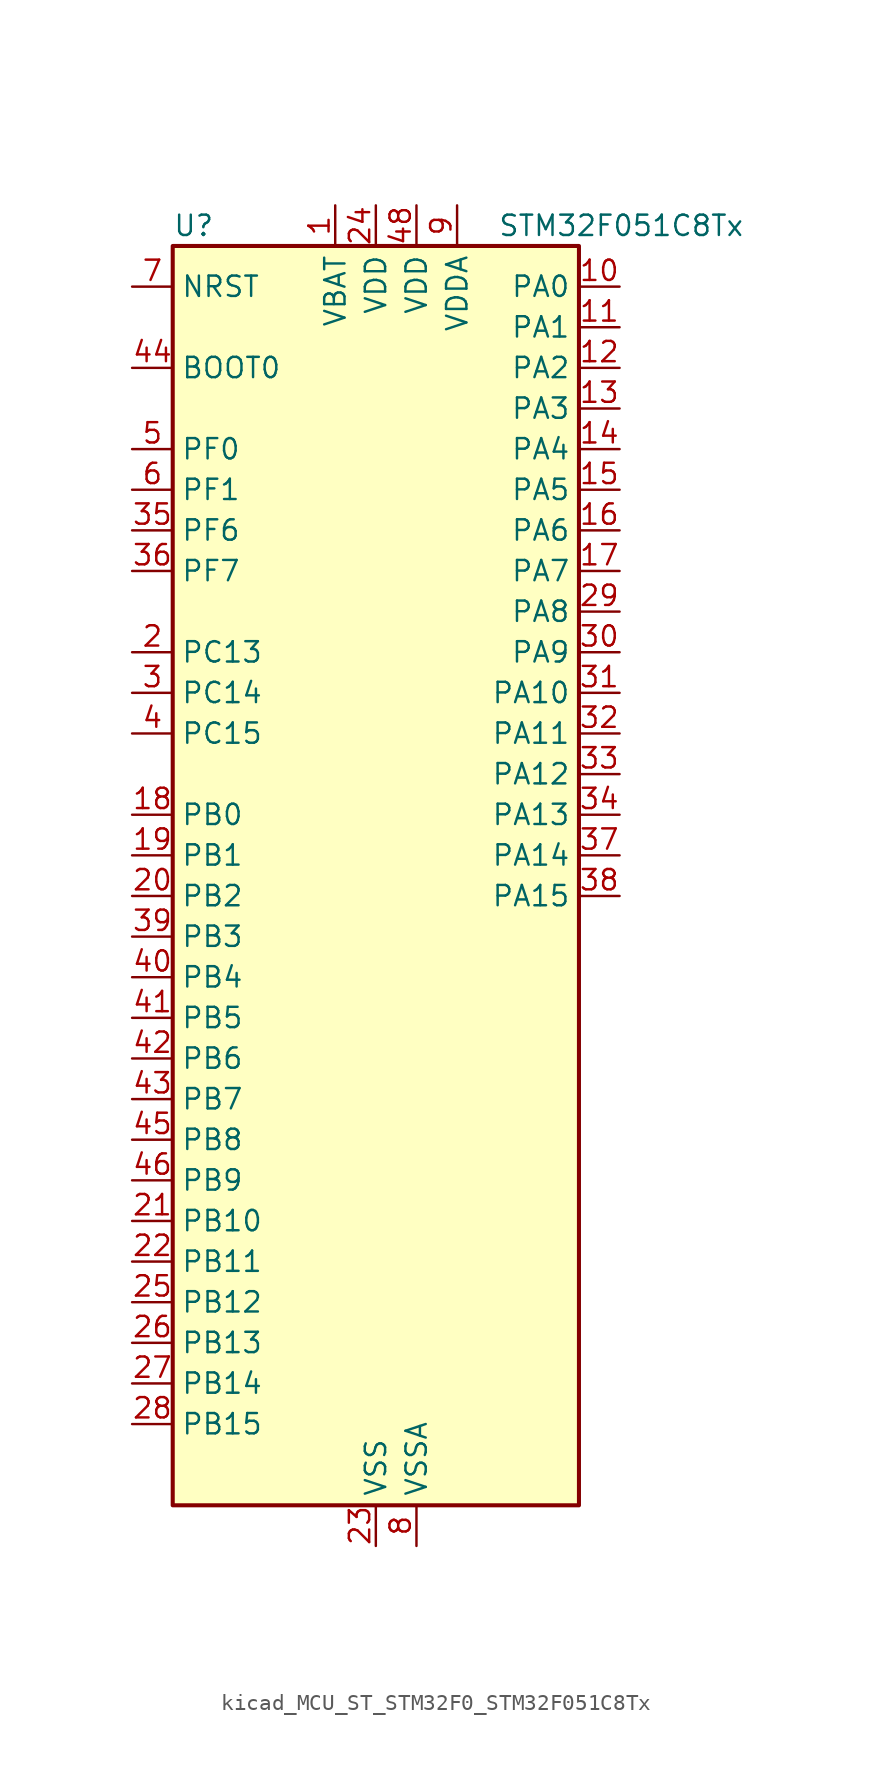
<source format=kicad_sym>
(kicad_symbol_lib
  (version 20220914)
  (generator kicad_symbol_editor)
  (symbol "kicad_MCU_ST_STM32F0_STM32F051C8Tx"
    (property "Reference" "U"
      (at -12.7 41.91 0)
      (effects (font (size 1.27 1.27)) (justify left)))
    (property "Value" "STM32F051C8Tx"
      (at 7.62 41.91 0)
      (effects (font (size 1.27 1.27)) (justify left)))
    (property "ki_locked" ""
      (at 0 0 0)
      (effects (font (size 1.27 1.27))))
    (symbol "kicad_MCU_ST_STM32F0_STM32F051C8Tx_0_1"
      (rectangle (start -12.7 -38.1) (end 12.7 40.64) (stroke (width 0.254) (type default)) (fill (type background))))
    (symbol "kicad_MCU_ST_STM32F0_STM32F051C8Tx_1_1"
      (pin power_in line (at -2.54 43.18 270) (length 2.54) (name "VBAT" (effects (font (size 1.27 1.27)))) (number "1" (effects (font (size 1.27 1.27)))))
      (pin bidirectional line (at 15.24 38.1 180) (length 2.54) (name "PA0" (effects (font (size 1.27 1.27)))) (number "10" (effects (font (size 1.27 1.27)))) (alternate "ADC_IN0" bidirectional line) (alternate "COMP1_INM" bidirectional line) (alternate "COMP1_OUT" bidirectional line) (alternate "RTC_TAMP2" bidirectional line) (alternate "SYS_WKUP1" bidirectional line) (alternate "TIM2_CH1" bidirectional line) (alternate "TIM2_ETR" bidirectional line) (alternate "TSC_G1_IO1" bidirectional line) (alternate "USART2_CTS" bidirectional line))
      (pin bidirectional line (at 15.24 35.56 180) (length 2.54) (name "PA1" (effects (font (size 1.27 1.27)))) (number "11" (effects (font (size 1.27 1.27)))) (alternate "ADC_IN1" bidirectional line) (alternate "COMP1_INP" bidirectional line) (alternate "TIM2_CH2" bidirectional line) (alternate "TSC_G1_IO2" bidirectional line) (alternate "USART2_DE" bidirectional line) (alternate "USART2_RTS" bidirectional line))
      (pin bidirectional line (at 15.24 33.02 180) (length 2.54) (name "PA2" (effects (font (size 1.27 1.27)))) (number "12" (effects (font (size 1.27 1.27)))) (alternate "ADC_IN2" bidirectional line) (alternate "COMP2_INM" bidirectional line) (alternate "COMP2_OUT" bidirectional line) (alternate "TIM15_CH1" bidirectional line) (alternate "TIM2_CH3" bidirectional line) (alternate "TSC_G1_IO3" bidirectional line) (alternate "USART2_TX" bidirectional line))
      (pin bidirectional line (at 15.24 30.48 180) (length 2.54) (name "PA3" (effects (font (size 1.27 1.27)))) (number "13" (effects (font (size 1.27 1.27)))) (alternate "ADC_IN3" bidirectional line) (alternate "COMP2_INP" bidirectional line) (alternate "TIM15_CH2" bidirectional line) (alternate "TIM2_CH4" bidirectional line) (alternate "TSC_G1_IO4" bidirectional line) (alternate "USART2_RX" bidirectional line))
      (pin bidirectional line (at 15.24 27.94 180) (length 2.54) (name "PA4" (effects (font (size 1.27 1.27)))) (number "14" (effects (font (size 1.27 1.27)))) (alternate "ADC_IN4" bidirectional line) (alternate "COMP1_INM" bidirectional line) (alternate "COMP2_INM" bidirectional line) (alternate "DAC1_OUT1" bidirectional line) (alternate "I2S1_WS" bidirectional line) (alternate "SPI1_NSS" bidirectional line) (alternate "TIM14_CH1" bidirectional line) (alternate "TSC_G2_IO1" bidirectional line) (alternate "USART2_CK" bidirectional line))
      (pin bidirectional line (at 15.24 25.4 180) (length 2.54) (name "PA5" (effects (font (size 1.27 1.27)))) (number "15" (effects (font (size 1.27 1.27)))) (alternate "ADC_IN5" bidirectional line) (alternate "CEC" bidirectional line) (alternate "COMP1_INM" bidirectional line) (alternate "COMP2_INM" bidirectional line) (alternate "I2S1_CK" bidirectional line) (alternate "SPI1_SCK" bidirectional line) (alternate "TIM2_CH1" bidirectional line) (alternate "TIM2_ETR" bidirectional line) (alternate "TSC_G2_IO2" bidirectional line))
      (pin bidirectional line (at 15.24 22.86 180) (length 2.54) (name "PA6" (effects (font (size 1.27 1.27)))) (number "16" (effects (font (size 1.27 1.27)))) (alternate "ADC_IN6" bidirectional line) (alternate "COMP1_OUT" bidirectional line) (alternate "I2S1_MCK" bidirectional line) (alternate "SPI1_MISO" bidirectional line) (alternate "TIM16_CH1" bidirectional line) (alternate "TIM1_BKIN" bidirectional line) (alternate "TIM3_CH1" bidirectional line) (alternate "TSC_G2_IO3" bidirectional line))
      (pin bidirectional line (at 15.24 20.32 180) (length 2.54) (name "PA7" (effects (font (size 1.27 1.27)))) (number "17" (effects (font (size 1.27 1.27)))) (alternate "ADC_IN7" bidirectional line) (alternate "COMP2_OUT" bidirectional line) (alternate "I2S1_SD" bidirectional line) (alternate "SPI1_MOSI" bidirectional line) (alternate "TIM14_CH1" bidirectional line) (alternate "TIM17_CH1" bidirectional line) (alternate "TIM1_CH1N" bidirectional line) (alternate "TIM3_CH2" bidirectional line) (alternate "TSC_G2_IO4" bidirectional line))
      (pin bidirectional line (at -15.24 5.08 0) (length 2.54) (name "PB0" (effects (font (size 1.27 1.27)))) (number "18" (effects (font (size 1.27 1.27)))) (alternate "ADC_IN8" bidirectional line) (alternate "TIM1_CH2N" bidirectional line) (alternate "TIM3_CH3" bidirectional line) (alternate "TSC_G3_IO2" bidirectional line))
      (pin bidirectional line (at -15.24 2.54 0) (length 2.54) (name "PB1" (effects (font (size 1.27 1.27)))) (number "19" (effects (font (size 1.27 1.27)))) (alternate "ADC_IN9" bidirectional line) (alternate "TIM14_CH1" bidirectional line) (alternate "TIM1_CH3N" bidirectional line) (alternate "TIM3_CH4" bidirectional line) (alternate "TSC_G3_IO3" bidirectional line))
      (pin bidirectional line (at -15.24 15.24 0) (length 2.54) (name "PC13" (effects (font (size 1.27 1.27)))) (number "2" (effects (font (size 1.27 1.27)))) (alternate "RTC_OUT_ALARM" bidirectional line) (alternate "RTC_OUT_CALIB" bidirectional line) (alternate "RTC_TAMP1" bidirectional line) (alternate "RTC_TS" bidirectional line) (alternate "SYS_WKUP2" bidirectional line))
      (pin bidirectional line (at -15.24 0 0) (length 2.54) (name "PB2" (effects (font (size 1.27 1.27)))) (number "20" (effects (font (size 1.27 1.27)))) (alternate "TSC_G3_IO4" bidirectional line))
      (pin bidirectional line (at -15.24 -20.32 0) (length 2.54) (name "PB10" (effects (font (size 1.27 1.27)))) (number "21" (effects (font (size 1.27 1.27)))) (alternate "CEC" bidirectional line) (alternate "I2C2_SCL" bidirectional line) (alternate "TIM2_CH3" bidirectional line) (alternate "TSC_SYNC" bidirectional line))
      (pin bidirectional line (at -15.24 -22.86 0) (length 2.54) (name "PB11" (effects (font (size 1.27 1.27)))) (number "22" (effects (font (size 1.27 1.27)))) (alternate "I2C2_SDA" bidirectional line) (alternate "TIM2_CH4" bidirectional line) (alternate "TSC_G6_IO1" bidirectional line))
      (pin power_in line (at 0 -40.64 90) (length 2.54) (name "VSS" (effects (font (size 1.27 1.27)))) (number "23" (effects (font (size 1.27 1.27)))))
      (pin power_in line (at 0 43.18 270) (length 2.54) (name "VDD" (effects (font (size 1.27 1.27)))) (number "24" (effects (font (size 1.27 1.27)))))
      (pin bidirectional line (at -15.24 -25.4 0) (length 2.54) (name "PB12" (effects (font (size 1.27 1.27)))) (number "25" (effects (font (size 1.27 1.27)))) (alternate "SPI2_NSS" bidirectional line) (alternate "TIM1_BKIN" bidirectional line) (alternate "TSC_G6_IO2" bidirectional line))
      (pin bidirectional line (at -15.24 -27.94 0) (length 2.54) (name "PB13" (effects (font (size 1.27 1.27)))) (number "26" (effects (font (size 1.27 1.27)))) (alternate "SPI2_SCK" bidirectional line) (alternate "TIM1_CH1N" bidirectional line) (alternate "TSC_G6_IO3" bidirectional line))
      (pin bidirectional line (at -15.24 -30.48 0) (length 2.54) (name "PB14" (effects (font (size 1.27 1.27)))) (number "27" (effects (font (size 1.27 1.27)))) (alternate "SPI2_MISO" bidirectional line) (alternate "TIM15_CH1" bidirectional line) (alternate "TIM1_CH2N" bidirectional line) (alternate "TSC_G6_IO4" bidirectional line))
      (pin bidirectional line (at -15.24 -33.02 0) (length 2.54) (name "PB15" (effects (font (size 1.27 1.27)))) (number "28" (effects (font (size 1.27 1.27)))) (alternate "RTC_REFIN" bidirectional line) (alternate "SPI2_MOSI" bidirectional line) (alternate "TIM15_CH1N" bidirectional line) (alternate "TIM15_CH2" bidirectional line) (alternate "TIM1_CH3N" bidirectional line))
      (pin bidirectional line (at 15.24 17.78 180) (length 2.54) (name "PA8" (effects (font (size 1.27 1.27)))) (number "29" (effects (font (size 1.27 1.27)))) (alternate "RCC_MCO" bidirectional line) (alternate "TIM1_CH1" bidirectional line) (alternate "USART1_CK" bidirectional line))
      (pin bidirectional line (at -15.24 12.7 0) (length 2.54) (name "PC14" (effects (font (size 1.27 1.27)))) (number "3" (effects (font (size 1.27 1.27)))) (alternate "RCC_OSC32_IN" bidirectional line))
      (pin bidirectional line (at 15.24 15.24 180) (length 2.54) (name "PA9" (effects (font (size 1.27 1.27)))) (number "30" (effects (font (size 1.27 1.27)))) (alternate "DAC1_EXTI9" bidirectional line) (alternate "TIM15_BKIN" bidirectional line) (alternate "TIM1_CH2" bidirectional line) (alternate "TSC_G4_IO1" bidirectional line) (alternate "USART1_TX" bidirectional line))
      (pin bidirectional line (at 15.24 12.7 180) (length 2.54) (name "PA10" (effects (font (size 1.27 1.27)))) (number "31" (effects (font (size 1.27 1.27)))) (alternate "TIM17_BKIN" bidirectional line) (alternate "TIM1_CH3" bidirectional line) (alternate "TSC_G4_IO2" bidirectional line) (alternate "USART1_RX" bidirectional line))
      (pin bidirectional line (at 15.24 10.16 180) (length 2.54) (name "PA11" (effects (font (size 1.27 1.27)))) (number "32" (effects (font (size 1.27 1.27)))) (alternate "COMP1_OUT" bidirectional line) (alternate "TIM1_CH4" bidirectional line) (alternate "TSC_G4_IO3" bidirectional line) (alternate "USART1_CTS" bidirectional line))
      (pin bidirectional line (at 15.24 7.62 180) (length 2.54) (name "PA12" (effects (font (size 1.27 1.27)))) (number "33" (effects (font (size 1.27 1.27)))) (alternate "COMP2_OUT" bidirectional line) (alternate "TIM1_ETR" bidirectional line) (alternate "TSC_G4_IO4" bidirectional line) (alternate "USART1_DE" bidirectional line) (alternate "USART1_RTS" bidirectional line))
      (pin bidirectional line (at 15.24 5.08 180) (length 2.54) (name "PA13" (effects (font (size 1.27 1.27)))) (number "34" (effects (font (size 1.27 1.27)))) (alternate "IR_OUT" bidirectional line) (alternate "SYS_SWDIO" bidirectional line))
      (pin bidirectional line (at -15.24 22.86 0) (length 2.54) (name "PF6" (effects (font (size 1.27 1.27)))) (number "35" (effects (font (size 1.27 1.27)))) (alternate "I2C2_SCL" bidirectional line))
      (pin bidirectional line (at -15.24 20.32 0) (length 2.54) (name "PF7" (effects (font (size 1.27 1.27)))) (number "36" (effects (font (size 1.27 1.27)))) (alternate "I2C2_SDA" bidirectional line))
      (pin bidirectional line (at 15.24 2.54 180) (length 2.54) (name "PA14" (effects (font (size 1.27 1.27)))) (number "37" (effects (font (size 1.27 1.27)))) (alternate "SYS_SWCLK" bidirectional line) (alternate "USART2_TX" bidirectional line))
      (pin bidirectional line (at 15.24 0 180) (length 2.54) (name "PA15" (effects (font (size 1.27 1.27)))) (number "38" (effects (font (size 1.27 1.27)))) (alternate "I2S1_WS" bidirectional line) (alternate "SPI1_NSS" bidirectional line) (alternate "TIM2_CH1" bidirectional line) (alternate "TIM2_ETR" bidirectional line) (alternate "USART2_RX" bidirectional line))
      (pin bidirectional line (at -15.24 -2.54 0) (length 2.54) (name "PB3" (effects (font (size 1.27 1.27)))) (number "39" (effects (font (size 1.27 1.27)))) (alternate "I2S1_CK" bidirectional line) (alternate "SPI1_SCK" bidirectional line) (alternate "TIM2_CH2" bidirectional line) (alternate "TSC_G5_IO1" bidirectional line))
      (pin bidirectional line (at -15.24 10.16 0) (length 2.54) (name "PC15" (effects (font (size 1.27 1.27)))) (number "4" (effects (font (size 1.27 1.27)))) (alternate "RCC_OSC32_OUT" bidirectional line))
      (pin bidirectional line (at -15.24 -5.08 0) (length 2.54) (name "PB4" (effects (font (size 1.27 1.27)))) (number "40" (effects (font (size 1.27 1.27)))) (alternate "I2S1_MCK" bidirectional line) (alternate "SPI1_MISO" bidirectional line) (alternate "TIM3_CH1" bidirectional line) (alternate "TSC_G5_IO2" bidirectional line))
      (pin bidirectional line (at -15.24 -7.62 0) (length 2.54) (name "PB5" (effects (font (size 1.27 1.27)))) (number "41" (effects (font (size 1.27 1.27)))) (alternate "I2C1_SMBA" bidirectional line) (alternate "I2S1_SD" bidirectional line) (alternate "SPI1_MOSI" bidirectional line) (alternate "TIM16_BKIN" bidirectional line) (alternate "TIM3_CH2" bidirectional line))
      (pin bidirectional line (at -15.24 -10.16 0) (length 2.54) (name "PB6" (effects (font (size 1.27 1.27)))) (number "42" (effects (font (size 1.27 1.27)))) (alternate "I2C1_SCL" bidirectional line) (alternate "TIM16_CH1N" bidirectional line) (alternate "TSC_G5_IO3" bidirectional line) (alternate "USART1_TX" bidirectional line))
      (pin bidirectional line (at -15.24 -12.7 0) (length 2.54) (name "PB7" (effects (font (size 1.27 1.27)))) (number "43" (effects (font (size 1.27 1.27)))) (alternate "I2C1_SDA" bidirectional line) (alternate "TIM17_CH1N" bidirectional line) (alternate "TSC_G5_IO4" bidirectional line) (alternate "USART1_RX" bidirectional line))
      (pin input line (at -15.24 33.02 0) (length 2.54) (name "BOOT0" (effects (font (size 1.27 1.27)))) (number "44" (effects (font (size 1.27 1.27)))))
      (pin bidirectional line (at -15.24 -15.24 0) (length 2.54) (name "PB8" (effects (font (size 1.27 1.27)))) (number "45" (effects (font (size 1.27 1.27)))) (alternate "CEC" bidirectional line) (alternate "I2C1_SCL" bidirectional line) (alternate "TIM16_CH1" bidirectional line) (alternate "TSC_SYNC" bidirectional line))
      (pin bidirectional line (at -15.24 -17.78 0) (length 2.54) (name "PB9" (effects (font (size 1.27 1.27)))) (number "46" (effects (font (size 1.27 1.27)))) (alternate "DAC1_EXTI9" bidirectional line) (alternate "I2C1_SDA" bidirectional line) (alternate "IR_OUT" bidirectional line) (alternate "TIM17_CH1" bidirectional line))
      (pin passive line (at 0 -40.64 90) (length 2.54) hide (name "VSS" (effects (font (size 1.27 1.27)))) (number "47" (effects (font (size 1.27 1.27)))))
      (pin power_in line (at 2.54 43.18 270) (length 2.54) (name "VDD" (effects (font (size 1.27 1.27)))) (number "48" (effects (font (size 1.27 1.27)))))
      (pin bidirectional line (at -15.24 27.94 0) (length 2.54) (name "PF0" (effects (font (size 1.27 1.27)))) (number "5" (effects (font (size 1.27 1.27)))) (alternate "RCC_OSC_IN" bidirectional line))
      (pin bidirectional line (at -15.24 25.4 0) (length 2.54) (name "PF1" (effects (font (size 1.27 1.27)))) (number "6" (effects (font (size 1.27 1.27)))) (alternate "RCC_OSC_OUT" bidirectional line))
      (pin input line (at -15.24 38.1 0) (length 2.54) (name "NRST" (effects (font (size 1.27 1.27)))) (number "7" (effects (font (size 1.27 1.27)))))
      (pin power_in line (at 2.54 -40.64 90) (length 2.54) (name "VSSA" (effects (font (size 1.27 1.27)))) (number "8" (effects (font (size 1.27 1.27)))))
      (pin power_in line (at 5.08 43.18 270) (length 2.54) (name "VDDA" (effects (font (size 1.27 1.27)))) (number "9" (effects (font (size 1.27 1.27))))))))
</source>
